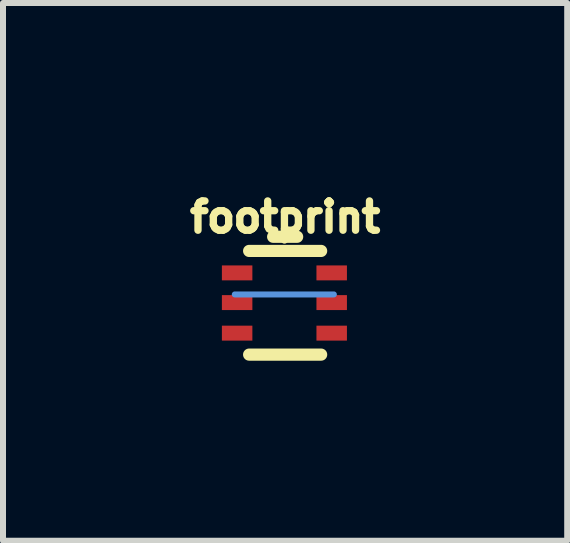
<source format=kicad_pcb>
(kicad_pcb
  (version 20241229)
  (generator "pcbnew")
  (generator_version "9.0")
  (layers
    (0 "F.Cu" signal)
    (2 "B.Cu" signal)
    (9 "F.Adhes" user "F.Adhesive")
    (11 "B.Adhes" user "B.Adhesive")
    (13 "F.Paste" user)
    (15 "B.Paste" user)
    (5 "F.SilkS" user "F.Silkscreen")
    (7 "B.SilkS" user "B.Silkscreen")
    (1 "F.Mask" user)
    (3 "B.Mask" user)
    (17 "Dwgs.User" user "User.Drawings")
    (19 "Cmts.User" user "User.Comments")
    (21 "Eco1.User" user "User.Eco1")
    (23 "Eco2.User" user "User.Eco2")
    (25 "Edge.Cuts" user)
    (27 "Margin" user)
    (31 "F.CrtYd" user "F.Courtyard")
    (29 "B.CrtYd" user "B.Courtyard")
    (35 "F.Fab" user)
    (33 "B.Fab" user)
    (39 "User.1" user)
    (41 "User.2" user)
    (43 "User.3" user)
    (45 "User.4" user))
  (footprint "footprint"
    (layer "F.Cu")
    (at 1.702 1.996)
    (property "Reference" "footprint" (at 0 -1.143 0) (layer "F.SilkS") (effects (font (size 0.488 0.488) (thickness 0.122)) (justify bottom)))
    (fp_line (start -0.6 -0.864) (end 0.6 -0.864) (stroke (width 0.203) (type solid)) (layer "F.SilkS"))
    (fp_line (start -0.6 0.864) (end 0.6 0.864) (stroke (width 0.203) (type solid)) (layer "F.SilkS"))
    (fp_line (start -0.2 -1.1) (end 0.2 -1.1) (stroke (width 0.203) (type solid)) (layer "F.SilkS"))
    (fp_line (start -0.839 -0.139) (end 0.812 -0.139) (stroke (width 0.1) (type solid)) (layer "Cmts.User"))
    (pad "1" smd rect (at -0.8 -0.498 270) (size 0.249 0.508) (layers "F.Cu" "F.Mask" "F.Paste"))
    (pad "2" smd rect (at -0.8 -0.003 270) (size 0.249 0.508) (layers "F.Cu" "F.Mask" "F.Paste"))
    (pad "3" smd rect (at -0.8 0.506 270) (size 0.249 0.508) (layers "F.Cu" "F.Mask" "F.Paste"))
    (pad "4" smd rect (at 0.776 0.506 270) (size 0.249 0.508) (layers "F.Cu" "F.Mask" "F.Paste"))
    (pad "5" smd rect (at 0.776 -0.003 270) (size 0.249 0.508) (layers "F.Cu" "F.Mask" "F.Paste"))
    (pad "6" smd rect (at 0.776 -0.498 270) (size 0.249 0.508) (layers "F.Cu" "F.Mask" "F.Paste")))
  (gr_rect
    (start -3 -3)
    (end 6.403 5.962)
    (stroke (width 0.1) (type default))
    (fill no)
    (layer "Edge.Cuts")))
</source>
